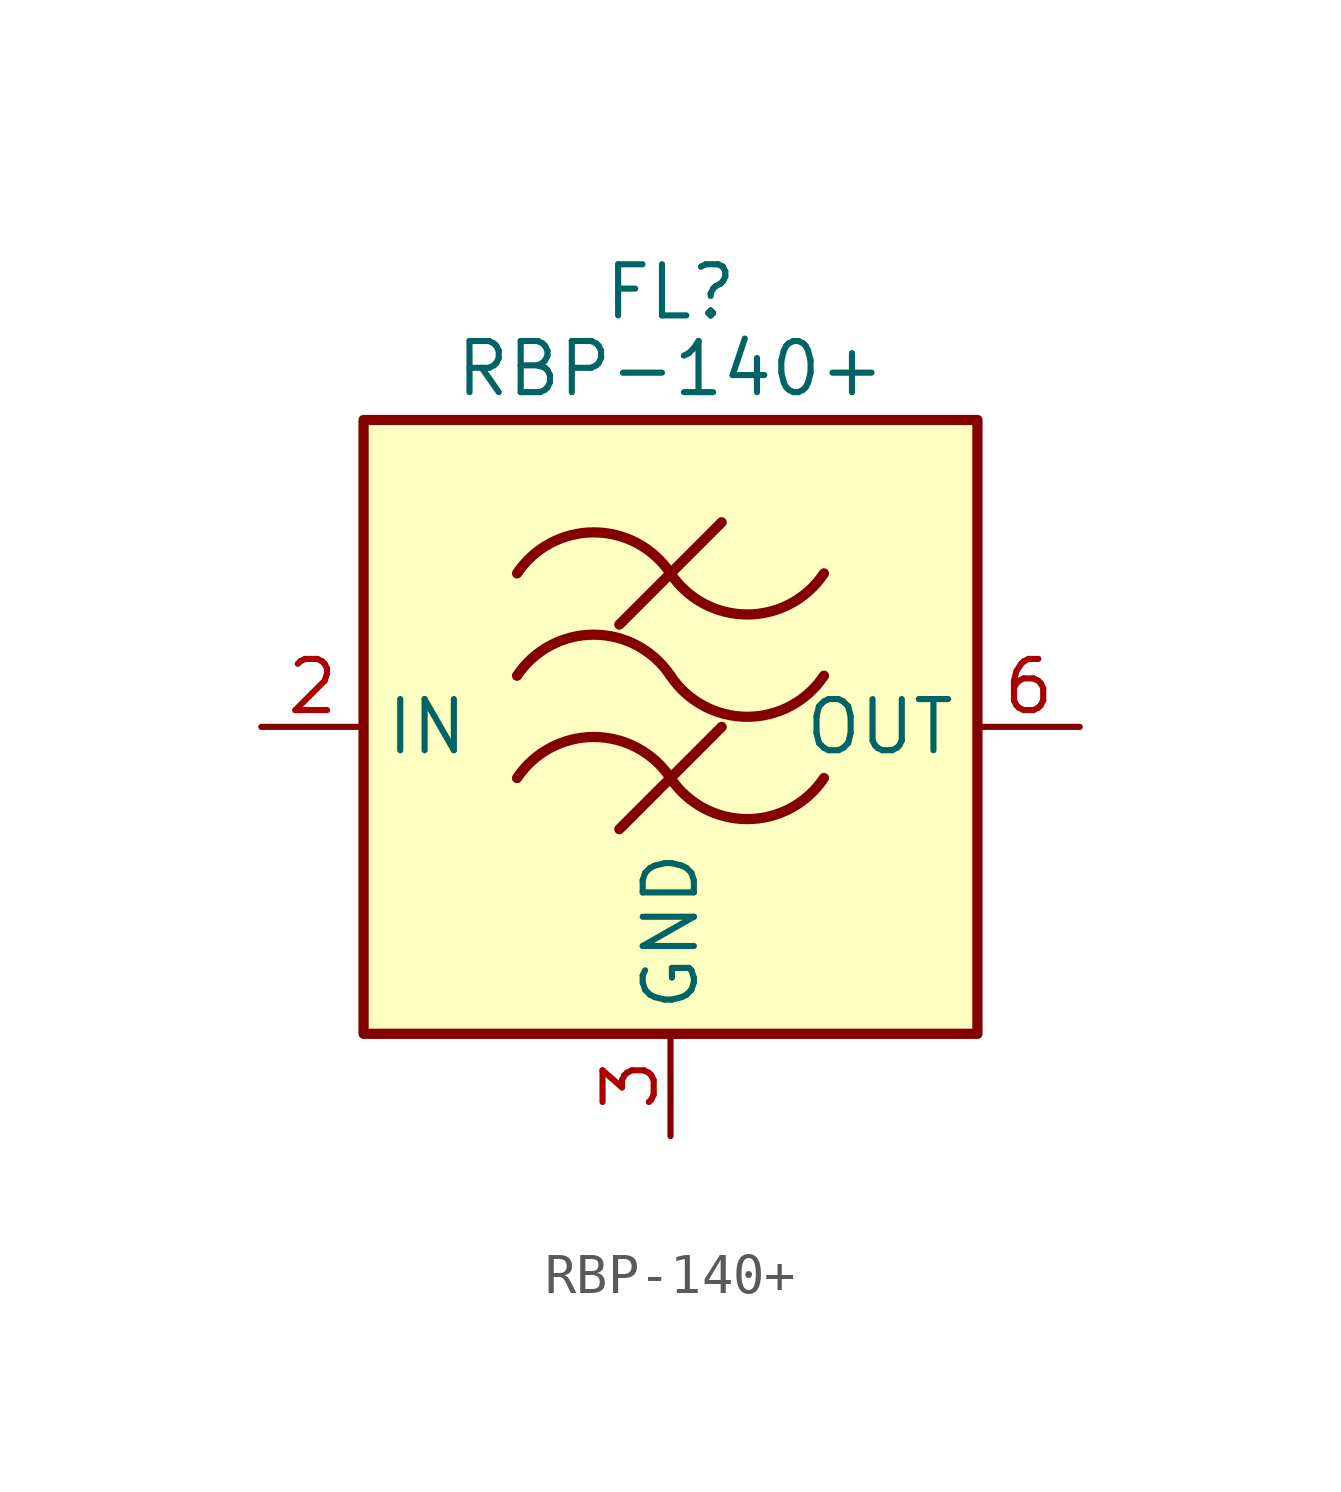
<source format=kicad_sym>
(kicad_symbol_lib
  (version 20211014)
  (generator kicad_symbol_editor)
  (symbol "RBP-140+"
    (property "Reference" "FL"
      (at 0 10.795 0)
      (effects (font (size 1.27 1.27))))
    (property "Value" "RBP-140+"
      (at 0 8.89 0)
      (effects (font (size 1.27 1.27))))
    (symbol "RBP-140+_0_1"
      (rectangle (start -7.62 7.62) (end 7.62 -7.62) (stroke (width 0.254) (type default) (color 0 0 0 0)) (fill (type background)))
      (arc (start 0 -1.27) (mid -1.905 -0.2505) (end -3.81 -1.27) (stroke (width 0.254) (type default) (color 0 0 0 0)) (fill (type none)))
      (arc (start 0 -1.27) (mid 1.905 -2.2895) (end 3.81 -1.27) (stroke (width 0.254) (type default) (color 0 0 0 0)) (fill (type none)))
      (polyline (pts (xy -1.27 -2.54) (xy 1.27 0)) (stroke (width 0.254) (type default) (color 0 0 0 0)) (fill (type none)))
      (polyline (pts (xy -1.27 2.54) (xy 1.27 5.08)) (stroke (width 0.254) (type default) (color 0 0 0 0)) (fill (type none)))
      (arc (start 0 1.27) (mid -1.905 2.2895) (end -3.81 1.27) (stroke (width 0.254) (type default) (color 0 0 0 0)) (fill (type none)))
      (arc (start 0 1.27) (mid 1.905 0.2505) (end 3.81 1.27) (stroke (width 0.254) (type default) (color 0 0 0 0)) (fill (type none)))
      (arc (start 0 3.81) (mid -1.905 4.8295) (end -3.81 3.81) (stroke (width 0.254) (type default) (color 0 0 0 0)) (fill (type none)))
      (arc (start 0 3.81) (mid 1.905 2.7905) (end 3.81 3.81) (stroke (width 0.254) (type default) (color 0 0 0 0)) (fill (type none))))
    (symbol "RBP-140+_1_1"
      (pin passive line (at 0 -10.16 90) (length 2.54) hide (name "GND" (effects (font (size 1.27 1.27)))) (number "1" (effects (font (size 1.27 1.27)))))
      (pin passive line (at -10.16 0 0) (length 2.54) (name "IN" (effects (font (size 1.27 1.27)))) (number "2" (effects (font (size 1.27 1.27)))))
      (pin passive line (at 0 -10.16 90) (length 2.54) (name "GND" (effects (font (size 1.27 1.27)))) (number "3" (effects (font (size 1.27 1.27)))))
      (pin passive line (at 0 -10.16 90) (length 2.54) hide (name "GND" (effects (font (size 1.27 1.27)))) (number "4" (effects (font (size 1.27 1.27)))))
      (pin passive line (at 0 -10.16 90) (length 2.54) hide (name "GND" (effects (font (size 1.27 1.27)))) (number "5" (effects (font (size 1.27 1.27)))))
      (pin passive line (at 10.16 0 180) (length 2.54) (name "OUT" (effects (font (size 1.27 1.27)))) (number "6" (effects (font (size 1.27 1.27)))))
      (pin passive line (at 0 -10.16 90) (length 2.54) hide (name "GND" (effects (font (size 1.27 1.27)))) (number "7" (effects (font (size 1.27 1.27)))))
      (pin passive line (at 0 -10.16 90) (length 2.54) hide (name "GND" (effects (font (size 1.27 1.27)))) (number "8" (effects (font (size 1.27 1.27))))))))
</source>
